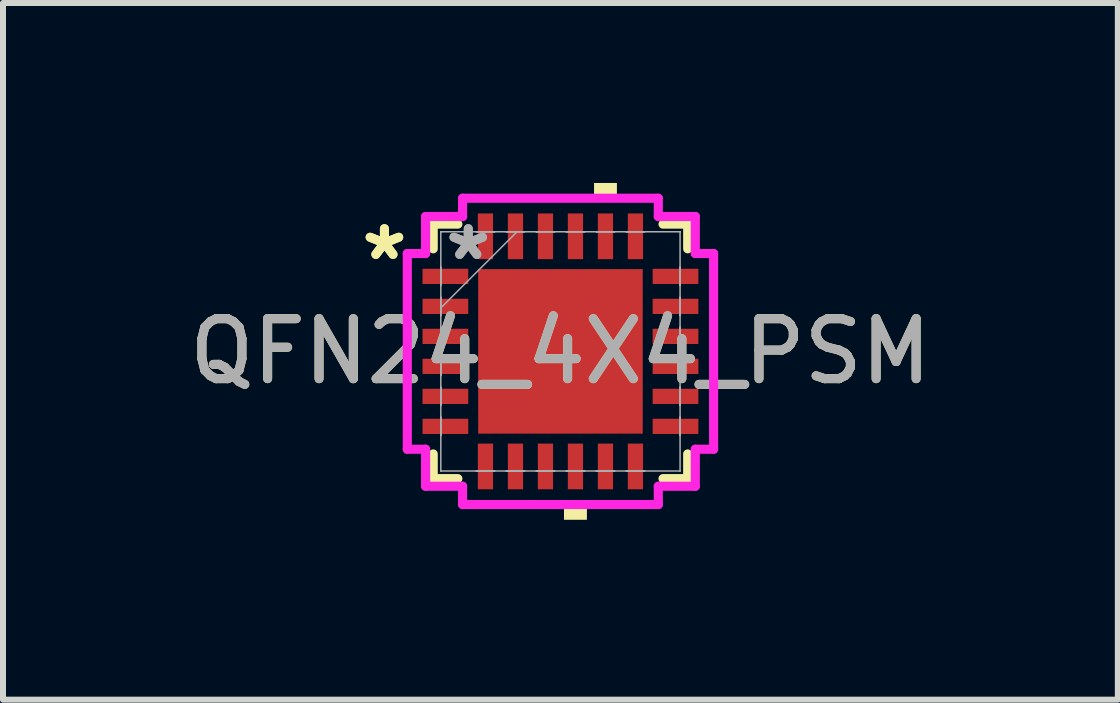
<source format=kicad_pcb>
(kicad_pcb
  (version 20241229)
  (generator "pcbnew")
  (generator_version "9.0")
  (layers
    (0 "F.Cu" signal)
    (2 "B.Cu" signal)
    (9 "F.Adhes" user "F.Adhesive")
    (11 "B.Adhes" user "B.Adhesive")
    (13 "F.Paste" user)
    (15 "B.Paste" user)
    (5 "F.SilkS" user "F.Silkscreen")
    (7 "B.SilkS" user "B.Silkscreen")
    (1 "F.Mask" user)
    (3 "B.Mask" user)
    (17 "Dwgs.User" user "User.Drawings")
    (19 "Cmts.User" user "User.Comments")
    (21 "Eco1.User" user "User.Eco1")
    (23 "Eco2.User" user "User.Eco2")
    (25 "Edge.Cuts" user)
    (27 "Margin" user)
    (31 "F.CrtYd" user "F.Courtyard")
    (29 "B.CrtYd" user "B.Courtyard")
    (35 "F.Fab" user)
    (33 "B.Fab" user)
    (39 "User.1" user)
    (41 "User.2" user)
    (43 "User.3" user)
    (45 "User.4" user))
  (footprint "QFN24_4X4_PSM"
    (layer "F.Cu")
    (at 6.292 2.807)
    (property "Reference" "QFN24_4X4_PSM" (at 0 0 0) (unlocked yes) (layer "F.SilkS") (effects (font (size 1 1) (thickness 0.15))))
    (attr smd)
    (fp_line (start -2.121 -2.121) (end -2.121 -1.71) (stroke (width 0.152) (type solid)) (layer "F.SilkS"))
    (fp_line (start -2.121 1.71) (end -2.121 2.121) (stroke (width 0.152) (type solid)) (layer "F.SilkS"))
    (fp_line (start -2.121 2.121) (end -1.71 2.121) (stroke (width 0.152) (type solid)) (layer "F.SilkS"))
    (fp_line (start -1.71 -2.121) (end -2.121 -2.121) (stroke (width 0.152) (type solid)) (layer "F.SilkS"))
    (fp_line (start 1.71 2.121) (end 2.121 2.121) (stroke (width 0.152) (type solid)) (layer "F.SilkS"))
    (fp_line (start 2.121 -2.121) (end 1.71 -2.121) (stroke (width 0.152) (type solid)) (layer "F.SilkS"))
    (fp_line (start 2.121 -1.71) (end 2.121 -2.121) (stroke (width 0.152) (type solid)) (layer "F.SilkS"))
    (fp_line (start 2.121 2.121) (end 2.121 1.71) (stroke (width 0.152) (type solid)) (layer "F.SilkS"))
    (fp_poly (pts (xy 0.059 2.553) (xy 0.059 2.807) (xy 0.441 2.807) (xy 0.441 2.553)) (stroke (width 0) (type solid)) (fill yes) (layer "F.SilkS"))
    (fp_poly (pts (xy 0.56 -2.553) (xy 0.56 -2.807) (xy 0.941 -2.807) (xy 0.941 -2.553)) (stroke (width 0) (type solid)) (fill yes) (layer "F.SilkS"))
    (fp_poly (pts (xy -1.272 -1.272) (xy -1.272 -0.1) (xy -0.1 -0.1) (xy -0.1 -1.272)) (stroke (width 0) (type solid)) (fill yes) (layer "F.Paste"))
    (fp_poly (pts (xy -1.272 0.1) (xy -1.272 1.272) (xy -0.1 1.272) (xy -0.1 0.1)) (stroke (width 0) (type solid)) (fill yes) (layer "F.Paste"))
    (fp_poly (pts (xy 0.1 -1.272) (xy 0.1 -0.1) (xy 1.272 -0.1) (xy 1.272 -1.272)) (stroke (width 0) (type solid)) (fill yes) (layer "F.Paste"))
    (fp_poly (pts (xy 0.1 0.1) (xy 0.1 1.272) (xy 1.272 1.272) (xy 1.272 0.1)) (stroke (width 0) (type solid)) (fill yes) (layer "F.Paste"))
    (fp_line (start -2.553 -1.631) (end -2.248 -1.631) (stroke (width 0.152) (type solid)) (layer "F.CrtYd"))
    (fp_line (start -2.553 1.631) (end -2.553 -1.631) (stroke (width 0.152) (type solid)) (layer "F.CrtYd"))
    (fp_line (start -2.248 -2.248) (end -1.631 -2.248) (stroke (width 0.152) (type solid)) (layer "F.CrtYd"))
    (fp_line (start -2.248 -1.631) (end -2.248 -2.248) (stroke (width 0.152) (type solid)) (layer "F.CrtYd"))
    (fp_line (start -2.248 1.631) (end -2.553 1.631) (stroke (width 0.152) (type solid)) (layer "F.CrtYd"))
    (fp_line (start -2.248 2.248) (end -2.248 1.631) (stroke (width 0.152) (type solid)) (layer "F.CrtYd"))
    (fp_line (start -1.631 -2.553) (end 1.631 -2.553) (stroke (width 0.152) (type solid)) (layer "F.CrtYd"))
    (fp_line (start -1.631 -2.248) (end -1.631 -2.553) (stroke (width 0.152) (type solid)) (layer "F.CrtYd"))
    (fp_line (start -1.631 2.248) (end -2.248 2.248) (stroke (width 0.152) (type solid)) (layer "F.CrtYd"))
    (fp_line (start -1.631 2.553) (end -1.631 2.248) (stroke (width 0.152) (type solid)) (layer "F.CrtYd"))
    (fp_line (start 1.631 -2.553) (end 1.631 -2.248) (stroke (width 0.152) (type solid)) (layer "F.CrtYd"))
    (fp_line (start 1.631 -2.248) (end 2.248 -2.248) (stroke (width 0.152) (type solid)) (layer "F.CrtYd"))
    (fp_line (start 1.631 2.248) (end 1.631 2.553) (stroke (width 0.152) (type solid)) (layer "F.CrtYd"))
    (fp_line (start 1.631 2.553) (end -1.631 2.553) (stroke (width 0.152) (type solid)) (layer "F.CrtYd"))
    (fp_line (start 2.248 -2.248) (end 2.248 -1.631) (stroke (width 0.152) (type solid)) (layer "F.CrtYd"))
    (fp_line (start 2.248 -1.631) (end 2.553 -1.631) (stroke (width 0.152) (type solid)) (layer "F.CrtYd"))
    (fp_line (start 2.248 1.631) (end 2.248 2.248) (stroke (width 0.152) (type solid)) (layer "F.CrtYd"))
    (fp_line (start 2.248 2.248) (end 1.631 2.248) (stroke (width 0.152) (type solid)) (layer "F.CrtYd"))
    (fp_line (start 2.553 -1.631) (end 2.553 1.631) (stroke (width 0.152) (type solid)) (layer "F.CrtYd"))
    (fp_line (start 2.553 1.631) (end 2.248 1.631) (stroke (width 0.152) (type solid)) (layer "F.CrtYd"))
    (fp_line (start -1.994 -1.994) (end -1.994 -1.994) (stroke (width 0.025) (type solid)) (layer "F.Fab"))
    (fp_line (start -1.994 -1.994) (end -1.994 1.994) (stroke (width 0.025) (type solid)) (layer "F.Fab"))
    (fp_line (start -1.994 -1.402) (end -1.994 -1.402) (stroke (width 0.025) (type solid)) (layer "F.Fab"))
    (fp_line (start -1.994 -1.402) (end -1.994 -1.098) (stroke (width 0.025) (type solid)) (layer "F.Fab"))
    (fp_line (start -1.994 -1.098) (end -1.994 -1.402) (stroke (width 0.025) (type solid)) (layer "F.Fab"))
    (fp_line (start -1.994 -1.098) (end -1.994 -1.098) (stroke (width 0.025) (type solid)) (layer "F.Fab"))
    (fp_line (start -1.994 -0.902) (end -1.994 -0.902) (stroke (width 0.025) (type solid)) (layer "F.Fab"))
    (fp_line (start -1.994 -0.902) (end -1.994 -0.598) (stroke (width 0.025) (type solid)) (layer "F.Fab"))
    (fp_line (start -1.994 -0.724) (end -0.724 -1.994) (stroke (width 0.025) (type solid)) (layer "F.Fab"))
    (fp_line (start -1.994 -0.598) (end -1.994 -0.902) (stroke (width 0.025) (type solid)) (layer "F.Fab"))
    (fp_line (start -1.994 -0.598) (end -1.994 -0.598) (stroke (width 0.025) (type solid)) (layer "F.Fab"))
    (fp_line (start -1.994 -0.402) (end -1.994 -0.402) (stroke (width 0.025) (type solid)) (layer "F.Fab"))
    (fp_line (start -1.994 -0.402) (end -1.994 -0.098) (stroke (width 0.025) (type solid)) (layer "F.Fab"))
    (fp_line (start -1.994 -0.098) (end -1.994 -0.402) (stroke (width 0.025) (type solid)) (layer "F.Fab"))
    (fp_line (start -1.994 -0.098) (end -1.994 -0.098) (stroke (width 0.025) (type solid)) (layer "F.Fab"))
    (fp_line (start -1.994 0.098) (end -1.994 0.098) (stroke (width 0.025) (type solid)) (layer "F.Fab"))
    (fp_line (start -1.994 0.098) (end -1.994 0.402) (stroke (width 0.025) (type solid)) (layer "F.Fab"))
    (fp_line (start -1.994 0.402) (end -1.994 0.098) (stroke (width 0.025) (type solid)) (layer "F.Fab"))
    (fp_line (start -1.994 0.402) (end -1.994 0.402) (stroke (width 0.025) (type solid)) (layer "F.Fab"))
    (fp_line (start -1.994 0.598) (end -1.994 0.598) (stroke (width 0.025) (type solid)) (layer "F.Fab"))
    (fp_line (start -1.994 0.598) (end -1.994 0.902) (stroke (width 0.025) (type solid)) (layer "F.Fab"))
    (fp_line (start -1.994 0.902) (end -1.994 0.598) (stroke (width 0.025) (type solid)) (layer "F.Fab"))
    (fp_line (start -1.994 0.902) (end -1.994 0.902) (stroke (width 0.025) (type solid)) (layer "F.Fab"))
    (fp_line (start -1.994 1.098) (end -1.994 1.098) (stroke (width 0.025) (type solid)) (layer "F.Fab"))
    (fp_line (start -1.994 1.098) (end -1.994 1.402) (stroke (width 0.025) (type solid)) (layer "F.Fab"))
    (fp_line (start -1.994 1.402) (end -1.994 1.098) (stroke (width 0.025) (type solid)) (layer "F.Fab"))
    (fp_line (start -1.994 1.402) (end -1.994 1.402) (stroke (width 0.025) (type solid)) (layer "F.Fab"))
    (fp_line (start -1.994 1.994) (end -1.994 1.994) (stroke (width 0.025) (type solid)) (layer "F.Fab"))
    (fp_line (start -1.994 1.994) (end 1.994 1.994) (stroke (width 0.025) (type solid)) (layer "F.Fab"))
    (fp_line (start -1.402 -1.994) (end -1.402 -1.994) (stroke (width 0.025) (type solid)) (layer "F.Fab"))
    (fp_line (start -1.402 -1.994) (end -1.098 -1.994) (stroke (width 0.025) (type solid)) (layer "F.Fab"))
    (fp_line (start -1.402 1.994) (end -1.402 1.994) (stroke (width 0.025) (type solid)) (layer "F.Fab"))
    (fp_line (start -1.402 1.994) (end -1.098 1.994) (stroke (width 0.025) (type solid)) (layer "F.Fab"))
    (fp_line (start -1.098 -1.994) (end -1.402 -1.994) (stroke (width 0.025) (type solid)) (layer "F.Fab"))
    (fp_line (start -1.098 -1.994) (end -1.098 -1.994) (stroke (width 0.025) (type solid)) (layer "F.Fab"))
    (fp_line (start -1.098 1.994) (end -1.402 1.994) (stroke (width 0.025) (type solid)) (layer "F.Fab"))
    (fp_line (start -1.098 1.994) (end -1.098 1.994) (stroke (width 0.025) (type solid)) (layer "F.Fab"))
    (fp_line (start -0.902 -1.994) (end -0.902 -1.994) (stroke (width 0.025) (type solid)) (layer "F.Fab"))
    (fp_line (start -0.902 -1.994) (end -0.598 -1.994) (stroke (width 0.025) (type solid)) (layer "F.Fab"))
    (fp_line (start -0.902 1.994) (end -0.902 1.994) (stroke (width 0.025) (type solid)) (layer "F.Fab"))
    (fp_line (start -0.902 1.994) (end -0.598 1.994) (stroke (width 0.025) (type solid)) (layer "F.Fab"))
    (fp_line (start -0.598 -1.994) (end -0.902 -1.994) (stroke (width 0.025) (type solid)) (layer "F.Fab"))
    (fp_line (start -0.598 -1.994) (end -0.598 -1.994) (stroke (width 0.025) (type solid)) (layer "F.Fab"))
    (fp_line (start -0.598 1.994) (end -0.902 1.994) (stroke (width 0.025) (type solid)) (layer "F.Fab"))
    (fp_line (start -0.598 1.994) (end -0.598 1.994) (stroke (width 0.025) (type solid)) (layer "F.Fab"))
    (fp_line (start -0.402 -1.994) (end -0.402 -1.994) (stroke (width 0.025) (type solid)) (layer "F.Fab"))
    (fp_line (start -0.402 -1.994) (end -0.098 -1.994) (stroke (width 0.025) (type solid)) (layer "F.Fab"))
    (fp_line (start -0.402 1.994) (end -0.402 1.994) (stroke (width 0.025) (type solid)) (layer "F.Fab"))
    (fp_line (start -0.402 1.994) (end -0.098 1.994) (stroke (width 0.025) (type solid)) (layer "F.Fab"))
    (fp_line (start -0.098 -1.994) (end -0.402 -1.994) (stroke (width 0.025) (type solid)) (layer "F.Fab"))
    (fp_line (start -0.098 -1.994) (end -0.098 -1.994) (stroke (width 0.025) (type solid)) (layer "F.Fab"))
    (fp_line (start -0.098 1.994) (end -0.402 1.994) (stroke (width 0.025) (type solid)) (layer "F.Fab"))
    (fp_line (start -0.098 1.994) (end -0.098 1.994) (stroke (width 0.025) (type solid)) (layer "F.Fab"))
    (fp_line (start 0.098 -1.994) (end 0.098 -1.994) (stroke (width 0.025) (type solid)) (layer "F.Fab"))
    (fp_line (start 0.098 -1.994) (end 0.402 -1.994) (stroke (width 0.025) (type solid)) (layer "F.Fab"))
    (fp_line (start 0.098 1.994) (end 0.098 1.994) (stroke (width 0.025) (type solid)) (layer "F.Fab"))
    (fp_line (start 0.098 1.994) (end 0.402 1.994) (stroke (width 0.025) (type solid)) (layer "F.Fab"))
    (fp_line (start 0.402 -1.994) (end 0.098 -1.994) (stroke (width 0.025) (type solid)) (layer "F.Fab"))
    (fp_line (start 0.402 -1.994) (end 0.402 -1.994) (stroke (width 0.025) (type solid)) (layer "F.Fab"))
    (fp_line (start 0.402 1.994) (end 0.098 1.994) (stroke (width 0.025) (type solid)) (layer "F.Fab"))
    (fp_line (start 0.402 1.994) (end 0.402 1.994) (stroke (width 0.025) (type solid)) (layer "F.Fab"))
    (fp_line (start 0.598 -1.994) (end 0.598 -1.994) (stroke (width 0.025) (type solid)) (layer "F.Fab"))
    (fp_line (start 0.598 -1.994) (end 0.902 -1.994) (stroke (width 0.025) (type solid)) (layer "F.Fab"))
    (fp_line (start 0.598 1.994) (end 0.598 1.994) (stroke (width 0.025) (type solid)) (layer "F.Fab"))
    (fp_line (start 0.598 1.994) (end 0.902 1.994) (stroke (width 0.025) (type solid)) (layer "F.Fab"))
    (fp_line (start 0.902 -1.994) (end 0.598 -1.994) (stroke (width 0.025) (type solid)) (layer "F.Fab"))
    (fp_line (start 0.902 -1.994) (end 0.902 -1.994) (stroke (width 0.025) (type solid)) (layer "F.Fab"))
    (fp_line (start 0.902 1.994) (end 0.598 1.994) (stroke (width 0.025) (type solid)) (layer "F.Fab"))
    (fp_line (start 0.902 1.994) (end 0.902 1.994) (stroke (width 0.025) (type solid)) (layer "F.Fab"))
    (fp_line (start 1.098 -1.994) (end 1.098 -1.994) (stroke (width 0.025) (type solid)) (layer "F.Fab"))
    (fp_line (start 1.098 -1.994) (end 1.402 -1.994) (stroke (width 0.025) (type solid)) (layer "F.Fab"))
    (fp_line (start 1.098 1.994) (end 1.098 1.994) (stroke (width 0.025) (type solid)) (layer "F.Fab"))
    (fp_line (start 1.098 1.994) (end 1.402 1.994) (stroke (width 0.025) (type solid)) (layer "F.Fab"))
    (fp_line (start 1.402 -1.994) (end 1.098 -1.994) (stroke (width 0.025) (type solid)) (layer "F.Fab"))
    (fp_line (start 1.402 -1.994) (end 1.402 -1.994) (stroke (width 0.025) (type solid)) (layer "F.Fab"))
    (fp_line (start 1.402 1.994) (end 1.098 1.994) (stroke (width 0.025) (type solid)) (layer "F.Fab"))
    (fp_line (start 1.402 1.994) (end 1.402 1.994) (stroke (width 0.025) (type solid)) (layer "F.Fab"))
    (fp_line (start 1.994 -1.994) (end -1.994 -1.994) (stroke (width 0.025) (type solid)) (layer "F.Fab"))
    (fp_line (start 1.994 -1.994) (end 1.994 -1.994) (stroke (width 0.025) (type solid)) (layer "F.Fab"))
    (fp_line (start 1.994 -1.402) (end 1.994 -1.402) (stroke (width 0.025) (type solid)) (layer "F.Fab"))
    (fp_line (start 1.994 -1.402) (end 1.994 -1.098) (stroke (width 0.025) (type solid)) (layer "F.Fab"))
    (fp_line (start 1.994 -1.098) (end 1.994 -1.402) (stroke (width 0.025) (type solid)) (layer "F.Fab"))
    (fp_line (start 1.994 -1.098) (end 1.994 -1.098) (stroke (width 0.025) (type solid)) (layer "F.Fab"))
    (fp_line (start 1.994 -0.902) (end 1.994 -0.902) (stroke (width 0.025) (type solid)) (layer "F.Fab"))
    (fp_line (start 1.994 -0.902) (end 1.994 -0.598) (stroke (width 0.025) (type solid)) (layer "F.Fab"))
    (fp_line (start 1.994 -0.598) (end 1.994 -0.902) (stroke (width 0.025) (type solid)) (layer "F.Fab"))
    (fp_line (start 1.994 -0.598) (end 1.994 -0.598) (stroke (width 0.025) (type solid)) (layer "F.Fab"))
    (fp_line (start 1.994 -0.402) (end 1.994 -0.402) (stroke (width 0.025) (type solid)) (layer "F.Fab"))
    (fp_line (start 1.994 -0.402) (end 1.994 -0.098) (stroke (width 0.025) (type solid)) (layer "F.Fab"))
    (fp_line (start 1.994 -0.098) (end 1.994 -0.402) (stroke (width 0.025) (type solid)) (layer "F.Fab"))
    (fp_line (start 1.994 -0.098) (end 1.994 -0.098) (stroke (width 0.025) (type solid)) (layer "F.Fab"))
    (fp_line (start 1.994 0.098) (end 1.994 0.098) (stroke (width 0.025) (type solid)) (layer "F.Fab"))
    (fp_line (start 1.994 0.098) (end 1.994 0.402) (stroke (width 0.025) (type solid)) (layer "F.Fab"))
    (fp_line (start 1.994 0.402) (end 1.994 0.098) (stroke (width 0.025) (type solid)) (layer "F.Fab"))
    (fp_line (start 1.994 0.402) (end 1.994 0.402) (stroke (width 0.025) (type solid)) (layer "F.Fab"))
    (fp_line (start 1.994 0.598) (end 1.994 0.598) (stroke (width 0.025) (type solid)) (layer "F.Fab"))
    (fp_line (start 1.994 0.598) (end 1.994 0.902) (stroke (width 0.025) (type solid)) (layer "F.Fab"))
    (fp_line (start 1.994 0.902) (end 1.994 0.598) (stroke (width 0.025) (type solid)) (layer "F.Fab"))
    (fp_line (start 1.994 0.902) (end 1.994 0.902) (stroke (width 0.025) (type solid)) (layer "F.Fab"))
    (fp_line (start 1.994 1.098) (end 1.994 1.098) (stroke (width 0.025) (type solid)) (layer "F.Fab"))
    (fp_line (start 1.994 1.098) (end 1.994 1.402) (stroke (width 0.025) (type solid)) (layer "F.Fab"))
    (fp_line (start 1.994 1.402) (end 1.994 1.098) (stroke (width 0.025) (type solid)) (layer "F.Fab"))
    (fp_line (start 1.994 1.402) (end 1.994 1.402) (stroke (width 0.025) (type solid)) (layer "F.Fab"))
    (fp_line (start 1.994 1.994) (end 1.994 -1.994) (stroke (width 0.025) (type solid)) (layer "F.Fab"))
    (fp_line (start 1.994 1.994) (end 1.994 1.994) (stroke (width 0.025) (type solid)) (layer "F.Fab"))
    (fp_text user "*" (at -2.934 -1.5 0) (layer "F.SilkS") (effects (font (size 1 1) (thickness 0.15))))
    (fp_text user "*" (at -2.934 -1.5 0) (unlocked yes) (layer "F.SilkS") (effects (font (size 1 1) (thickness 0.15))))
    (fp_text user "${REFERENCE}" (at 0 0 0) (unlocked yes) (layer "F.Fab") (effects (font (size 1 1) (thickness 0.15))))
    (fp_text user "*" (at -1.537 -1.5 0) (layer "F.Fab") (effects (font (size 1 1) (thickness 0.15))))
    (fp_text user "*" (at -1.537 -1.5 0) (unlocked yes) (layer "F.Fab") (effects (font (size 1 1) (thickness 0.15))))
    (pad "1" smd rect (at -1.918 -1.25 90) (size 0.254 0.762) (layers "F.Cu" "F.Mask" "F.Paste"))
    (pad "2" smd rect (at -1.918 -0.75 90) (size 0.254 0.762) (layers "F.Cu" "F.Mask" "F.Paste"))
    (pad "3" smd rect (at -1.918 -0.25 90) (size 0.254 0.762) (layers "F.Cu" "F.Mask" "F.Paste"))
    (pad "4" smd rect (at -1.918 0.25 90) (size 0.254 0.762) (layers "F.Cu" "F.Mask" "F.Paste"))
    (pad "5" smd rect (at -1.918 0.75 90) (size 0.254 0.762) (layers "F.Cu" "F.Mask" "F.Paste"))
    (pad "6" smd rect (at -1.918 1.25 90) (size 0.254 0.762) (layers "F.Cu" "F.Mask" "F.Paste"))
    (pad "7" smd rect (at -1.25 1.918) (size 0.254 0.762) (layers "F.Cu" "F.Mask" "F.Paste"))
    (pad "8" smd rect (at -0.75 1.918) (size 0.254 0.762) (layers "F.Cu" "F.Mask" "F.Paste"))
    (pad "9" smd rect (at -0.25 1.918) (size 0.254 0.762) (layers "F.Cu" "F.Mask" "F.Paste"))
    (pad "10" smd rect (at 0.25 1.918) (size 0.254 0.762) (layers "F.Cu" "F.Mask" "F.Paste"))
    (pad "11" smd rect (at 0.75 1.918) (size 0.254 0.762) (layers "F.Cu" "F.Mask" "F.Paste"))
    (pad "12" smd rect (at 1.25 1.918) (size 0.254 0.762) (layers "F.Cu" "F.Mask" "F.Paste"))
    (pad "13" smd rect (at 1.918 1.25 90) (size 0.254 0.762) (layers "F.Cu" "F.Mask" "F.Paste"))
    (pad "14" smd rect (at 1.918 0.75 90) (size 0.254 0.762) (layers "F.Cu" "F.Mask" "F.Paste"))
    (pad "15" smd rect (at 1.918 0.25 90) (size 0.254 0.762) (layers "F.Cu" "F.Mask" "F.Paste"))
    (pad "16" smd rect (at 1.918 -0.25 90) (size 0.254 0.762) (layers "F.Cu" "F.Mask" "F.Paste"))
    (pad "17" smd rect (at 1.918 -0.75 90) (size 0.254 0.762) (layers "F.Cu" "F.Mask" "F.Paste"))
    (pad "18" smd rect (at 1.918 -1.25 90) (size 0.254 0.762) (layers "F.Cu" "F.Mask" "F.Paste"))
    (pad "19" smd rect (at 1.25 -1.918) (size 0.254 0.762) (layers "F.Cu" "F.Mask" "F.Paste"))
    (pad "20" smd rect (at 0.75 -1.918) (size 0.254 0.762) (layers "F.Cu" "F.Mask" "F.Paste"))
    (pad "21" smd rect (at 0.25 -1.918) (size 0.254 0.762) (layers "F.Cu" "F.Mask" "F.Paste"))
    (pad "22" smd rect (at -0.25 -1.918) (size 0.254 0.762) (layers "F.Cu" "F.Mask" "F.Paste"))
    (pad "23" smd rect (at -0.75 -1.918) (size 0.254 0.762) (layers "F.Cu" "F.Mask" "F.Paste"))
    (pad "24" smd rect (at -1.25 -1.918) (size 0.254 0.762) (layers "F.Cu" "F.Mask" "F.Paste"))
    (pad "25" smd rect (at 0 0) (size 2.743 2.743) (layers "F.Cu" "F.Mask" "F.Paste")))
  (gr_rect
    (start -3 -3)
    (end 15.583 8.613)
    (stroke (width 0.1) (type default))
    (fill no)
    (layer "Edge.Cuts")))
</source>
